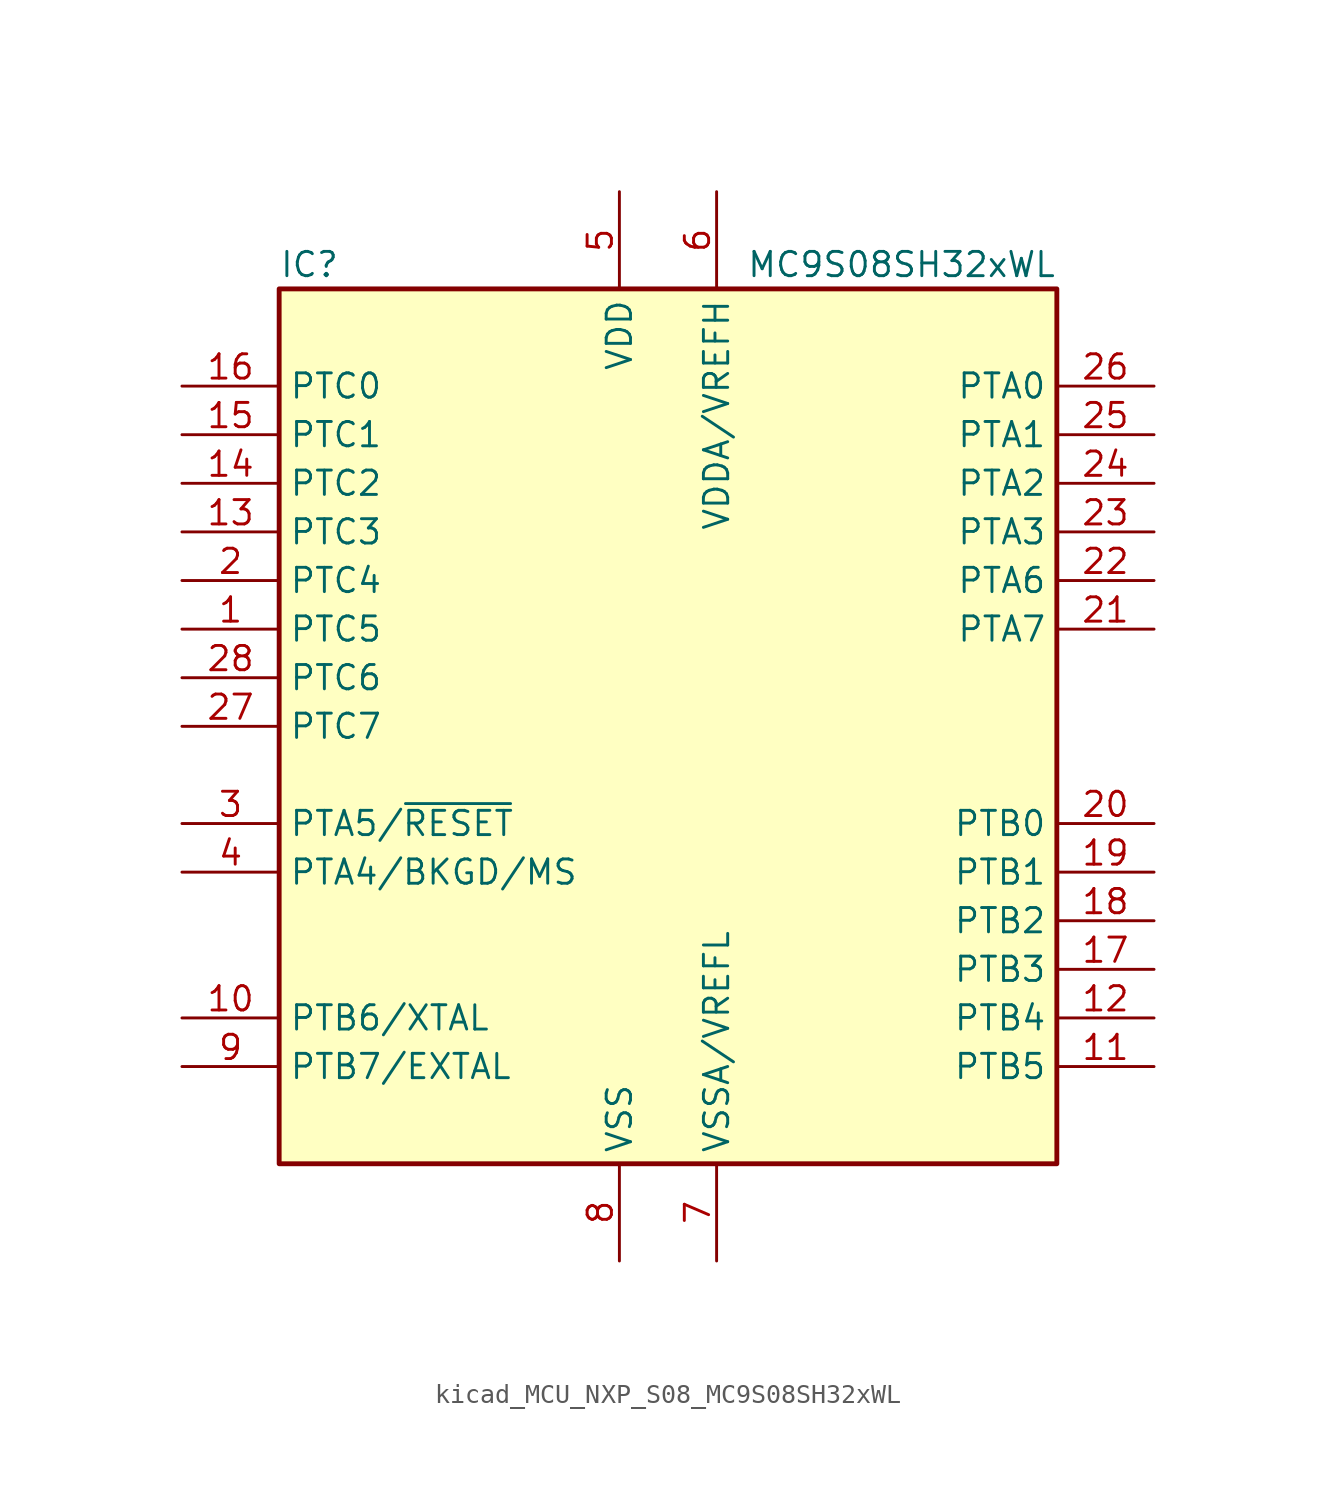
<source format=kicad_sym>
(kicad_symbol_lib
  (version 20220914)
  (generator kicad_symbol_editor)
  (symbol "kicad_MCU_NXP_S08_MC9S08SH32xWL"
    (property "Reference" "IC"
      (at -20.32 24.13 0)
      (effects (font (size 1.27 1.27)) (justify left)))
    (property "Value" "MC9S08SH32xWL"
      (at 20.32 24.13 0)
      (effects (font (size 1.27 1.27)) (justify right)))
    (symbol "kicad_MCU_NXP_S08_MC9S08SH32xWL_0_1"
      (rectangle (start -20.32 22.86) (end 20.32 -22.86) (stroke (width 0.254) (type default)) (fill (type background))))
    (symbol "kicad_MCU_NXP_S08_MC9S08SH32xWL_1_1"
      (pin bidirectional line (at -25.4 5.08 0) (length 5.08) (name "PTC5" (effects (font (size 1.27 1.27)))) (number "1" (effects (font (size 1.27 1.27)))))
      (pin bidirectional line (at -25.4 -15.24 0) (length 5.08) (name "PTB6/XTAL" (effects (font (size 1.27 1.27)))) (number "10" (effects (font (size 1.27 1.27)))))
      (pin bidirectional line (at 25.4 -17.78 180) (length 5.08) (name "PTB5" (effects (font (size 1.27 1.27)))) (number "11" (effects (font (size 1.27 1.27)))))
      (pin bidirectional line (at 25.4 -15.24 180) (length 5.08) (name "PTB4" (effects (font (size 1.27 1.27)))) (number "12" (effects (font (size 1.27 1.27)))))
      (pin bidirectional line (at -25.4 10.16 0) (length 5.08) (name "PTC3" (effects (font (size 1.27 1.27)))) (number "13" (effects (font (size 1.27 1.27)))))
      (pin bidirectional line (at -25.4 12.7 0) (length 5.08) (name "PTC2" (effects (font (size 1.27 1.27)))) (number "14" (effects (font (size 1.27 1.27)))))
      (pin bidirectional line (at -25.4 15.24 0) (length 5.08) (name "PTC1" (effects (font (size 1.27 1.27)))) (number "15" (effects (font (size 1.27 1.27)))))
      (pin bidirectional line (at -25.4 17.78 0) (length 5.08) (name "PTC0" (effects (font (size 1.27 1.27)))) (number "16" (effects (font (size 1.27 1.27)))))
      (pin bidirectional line (at 25.4 -12.7 180) (length 5.08) (name "PTB3" (effects (font (size 1.27 1.27)))) (number "17" (effects (font (size 1.27 1.27)))))
      (pin bidirectional line (at 25.4 -10.16 180) (length 5.08) (name "PTB2" (effects (font (size 1.27 1.27)))) (number "18" (effects (font (size 1.27 1.27)))))
      (pin bidirectional line (at 25.4 -7.62 180) (length 5.08) (name "PTB1" (effects (font (size 1.27 1.27)))) (number "19" (effects (font (size 1.27 1.27)))))
      (pin bidirectional line (at -25.4 7.62 0) (length 5.08) (name "PTC4" (effects (font (size 1.27 1.27)))) (number "2" (effects (font (size 1.27 1.27)))))
      (pin bidirectional line (at 25.4 -5.08 180) (length 5.08) (name "PTB0" (effects (font (size 1.27 1.27)))) (number "20" (effects (font (size 1.27 1.27)))))
      (pin bidirectional line (at 25.4 5.08 180) (length 5.08) (name "PTA7" (effects (font (size 1.27 1.27)))) (number "21" (effects (font (size 1.27 1.27)))))
      (pin bidirectional line (at 25.4 7.62 180) (length 5.08) (name "PTA6" (effects (font (size 1.27 1.27)))) (number "22" (effects (font (size 1.27 1.27)))))
      (pin bidirectional line (at 25.4 10.16 180) (length 5.08) (name "PTA3" (effects (font (size 1.27 1.27)))) (number "23" (effects (font (size 1.27 1.27)))))
      (pin bidirectional line (at 25.4 12.7 180) (length 5.08) (name "PTA2" (effects (font (size 1.27 1.27)))) (number "24" (effects (font (size 1.27 1.27)))))
      (pin bidirectional line (at 25.4 15.24 180) (length 5.08) (name "PTA1" (effects (font (size 1.27 1.27)))) (number "25" (effects (font (size 1.27 1.27)))))
      (pin bidirectional line (at 25.4 17.78 180) (length 5.08) (name "PTA0" (effects (font (size 1.27 1.27)))) (number "26" (effects (font (size 1.27 1.27)))))
      (pin bidirectional line (at -25.4 0 0) (length 5.08) (name "PTC7" (effects (font (size 1.27 1.27)))) (number "27" (effects (font (size 1.27 1.27)))))
      (pin bidirectional line (at -25.4 2.54 0) (length 5.08) (name "PTC6" (effects (font (size 1.27 1.27)))) (number "28" (effects (font (size 1.27 1.27)))))
      (pin bidirectional line (at -25.4 -5.08 0) (length 5.08) (name "PTA5/~{RESET}" (effects (font (size 1.27 1.27)))) (number "3" (effects (font (size 1.27 1.27)))))
      (pin bidirectional line (at -25.4 -7.62 0) (length 5.08) (name "PTA4/BKGD/MS" (effects (font (size 1.27 1.27)))) (number "4" (effects (font (size 1.27 1.27)))))
      (pin power_in line (at -2.54 27.94 270) (length 5.08) (name "VDD" (effects (font (size 1.27 1.27)))) (number "5" (effects (font (size 1.27 1.27)))))
      (pin power_in line (at 2.54 27.94 270) (length 5.08) (name "VDDA/VREFH" (effects (font (size 1.27 1.27)))) (number "6" (effects (font (size 1.27 1.27)))))
      (pin power_in line (at 2.54 -27.94 90) (length 5.08) (name "VSSA/VREFL" (effects (font (size 1.27 1.27)))) (number "7" (effects (font (size 1.27 1.27)))))
      (pin power_in line (at -2.54 -27.94 90) (length 5.08) (name "VSS" (effects (font (size 1.27 1.27)))) (number "8" (effects (font (size 1.27 1.27)))))
      (pin bidirectional line (at -25.4 -17.78 0) (length 5.08) (name "PTB7/EXTAL" (effects (font (size 1.27 1.27)))) (number "9" (effects (font (size 1.27 1.27))))))))
</source>
